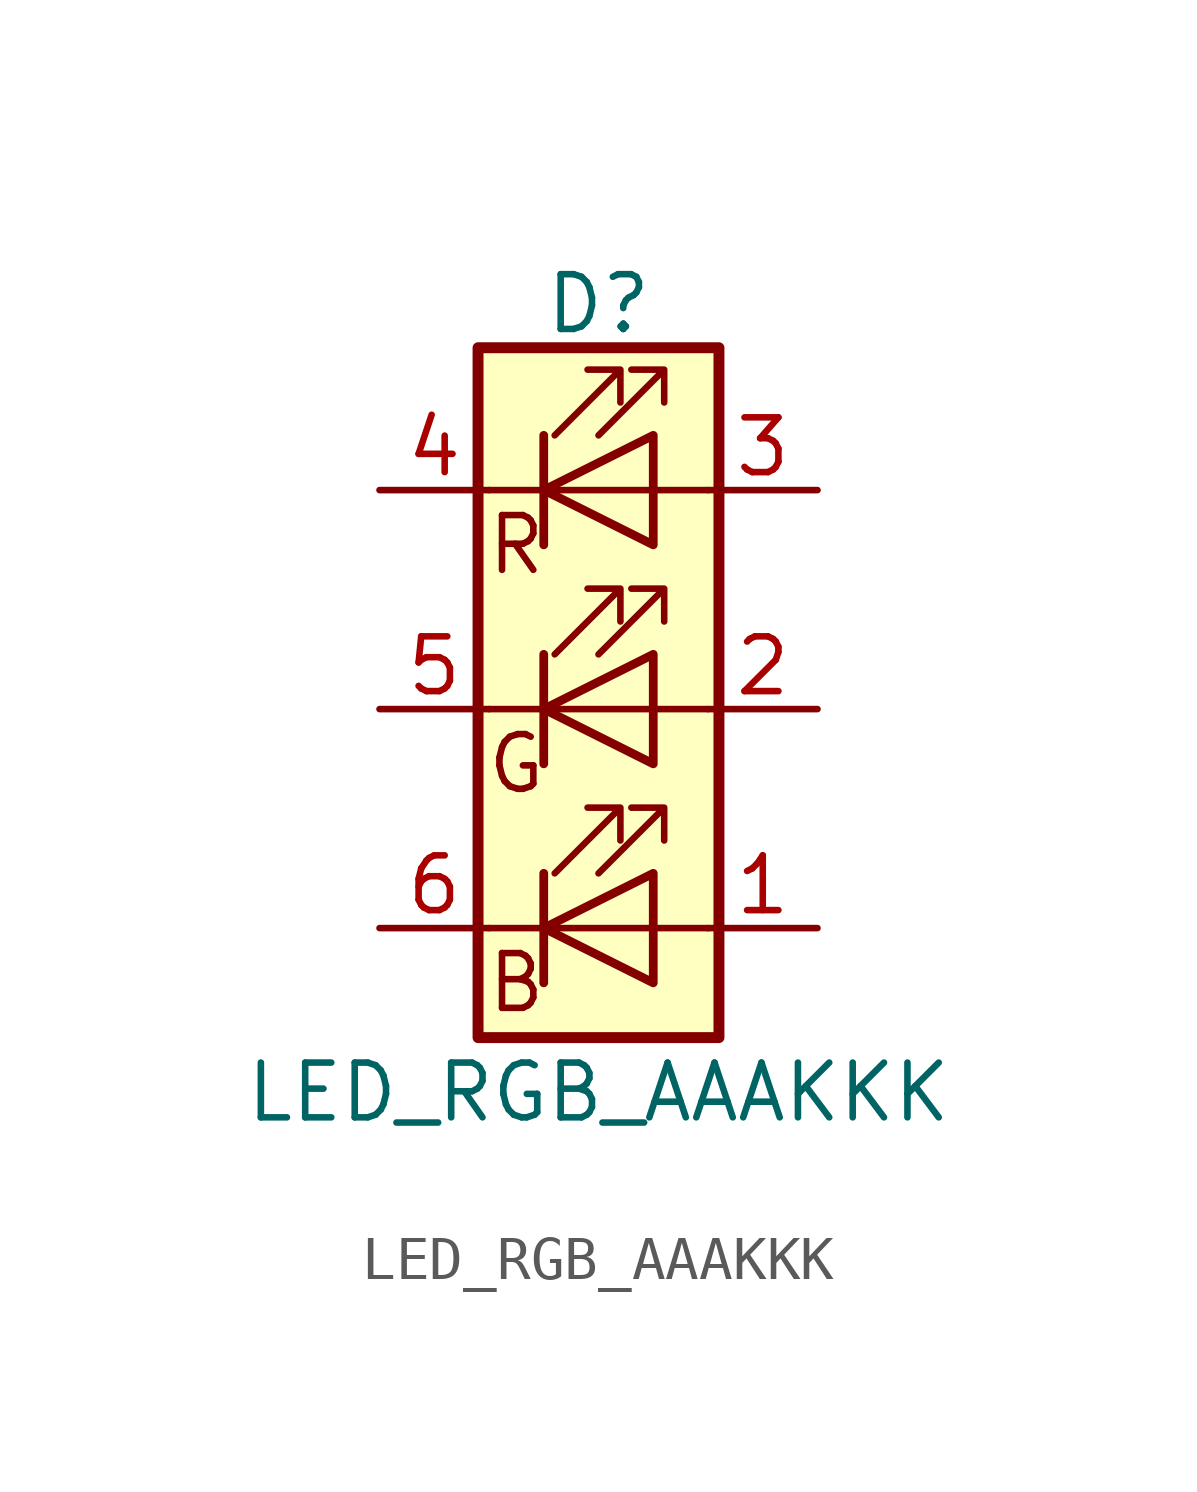
<source format=kicad_sym>
(kicad_symbol_lib
  (version 20220914)
  (generator kicad_symbol_editor)
  (symbol "LED_RGB_AAAKKK"
    (pin_names
      (offset 0) hide)
    (property "Reference" "D"
      (at 0 9.398 0)
      (effects (font (size 1.27 1.27))))
    (property "Value" "LED_RGB_AAAKKK"
      (at 0 -8.89 0)
      (effects (font (size 1.27 1.27))))
    (symbol "LED_RGB_AAAKKK_0_0"
      (text "B" (at -1.905 -6.35 0) (effects (font (size 1.27 1.27))))
      (text "G" (at -1.905 -1.27 0) (effects (font (size 1.27 1.27))))
      (text "R" (at -1.905 3.81 0) (effects (font (size 1.27 1.27)))))
    (symbol "LED_RGB_AAAKKK_0_1"
      (polyline (pts (xy -1.27 -5.08) (xy -2.54 -5.08)) (stroke (width 0) (type solid)) (fill (type none)))
      (polyline (pts (xy -1.27 -5.08) (xy 1.27 -5.08)) (stroke (width 0) (type solid)) (fill (type none)))
      (polyline (pts (xy -1.27 -3.81) (xy -1.27 -6.35)) (stroke (width 0) (type solid)) (fill (type none)))
      (polyline (pts (xy -1.27 -3.81) (xy -1.27 -6.35)) (stroke (width 0.203) (type solid)) (fill (type none)))
      (polyline (pts (xy -1.27 0) (xy -2.54 0)) (stroke (width 0) (type solid)) (fill (type none)))
      (polyline (pts (xy -1.27 1.27) (xy -1.27 -1.27)) (stroke (width 0.203) (type solid)) (fill (type none)))
      (polyline (pts (xy -1.27 5.08) (xy -2.54 5.08)) (stroke (width 0) (type solid)) (fill (type none)))
      (polyline (pts (xy -1.27 5.08) (xy 1.27 5.08)) (stroke (width 0) (type solid)) (fill (type none)))
      (polyline (pts (xy -1.27 6.35) (xy -1.27 3.81)) (stroke (width 0.203) (type solid)) (fill (type none)))
      (polyline (pts (xy 1.27 -5.08) (xy 2.54 -5.08)) (stroke (width 0) (type solid)) (fill (type none)))
      (polyline (pts (xy 1.27 0) (xy -1.27 0)) (stroke (width 0) (type solid)) (fill (type none)))
      (polyline (pts (xy 1.27 0) (xy 2.54 0)) (stroke (width 0) (type solid)) (fill (type none)))
      (polyline (pts (xy 1.27 5.08) (xy 2.54 5.08)) (stroke (width 0) (type solid)) (fill (type none)))
      (polyline (pts (xy -1.27 1.27) (xy -1.27 -1.27) (xy -1.27 -1.27)) (stroke (width 0) (type solid)) (fill (type none)))
      (polyline (pts (xy -1.27 6.35) (xy -1.27 3.81) (xy -1.27 3.81)) (stroke (width 0) (type solid)) (fill (type none)))
      (polyline (pts (xy 1.27 -3.81) (xy 1.27 -6.35) (xy -1.27 -5.08) (xy 1.27 -3.81)) (stroke (width 0.203) (type solid)) (fill (type none)))
      (polyline (pts (xy 1.27 1.27) (xy 1.27 -1.27) (xy -1.27 0) (xy 1.27 1.27)) (stroke (width 0.203) (type solid)) (fill (type none)))
      (polyline (pts (xy 1.27 6.35) (xy 1.27 3.81) (xy -1.27 5.08) (xy 1.27 6.35)) (stroke (width 0.203) (type solid)) (fill (type none)))
      (polyline (pts (xy -1.016 -3.81) (xy 0.508 -2.286) (xy -0.254 -2.286) (xy 0.508 -2.286) (xy 0.508 -3.048)) (stroke (width 0) (type solid)) (fill (type none)))
      (polyline (pts (xy -1.016 1.27) (xy 0.508 2.794) (xy -0.254 2.794) (xy 0.508 2.794) (xy 0.508 2.032)) (stroke (width 0) (type solid)) (fill (type none)))
      (polyline (pts (xy -1.016 6.35) (xy 0.508 7.874) (xy -0.254 7.874) (xy 0.508 7.874) (xy 0.508 7.112)) (stroke (width 0) (type solid)) (fill (type none)))
      (polyline (pts (xy 0 -3.81) (xy 1.524 -2.286) (xy 0.762 -2.286) (xy 1.524 -2.286) (xy 1.524 -3.048)) (stroke (width 0) (type solid)) (fill (type none)))
      (polyline (pts (xy 0 1.27) (xy 1.524 2.794) (xy 0.762 2.794) (xy 1.524 2.794) (xy 1.524 2.032)) (stroke (width 0) (type solid)) (fill (type none)))
      (polyline (pts (xy 0 6.35) (xy 1.524 7.874) (xy 0.762 7.874) (xy 1.524 7.874) (xy 1.524 7.112)) (stroke (width 0) (type solid)) (fill (type none)))
      (rectangle (start 1.27 -1.27) (end 1.27 1.27) (stroke (width 0) (type solid)) (fill (type none)))
      (rectangle (start 1.27 1.27) (end 1.27 1.27) (stroke (width 0) (type solid)) (fill (type none)))
      (rectangle (start 1.27 3.81) (end 1.27 6.35) (stroke (width 0) (type solid)) (fill (type none)))
      (rectangle (start 1.27 6.35) (end 1.27 6.35) (stroke (width 0) (type solid)) (fill (type none)))
      (rectangle (start 2.794 8.382) (end -2.794 -7.62) (stroke (width 0.254) (type solid)) (fill (type background))))
    (symbol "LED_RGB_AAAKKK_1_1"
      (pin passive line (at 5.08 -5.08 180) (length 2.54) (name "BA" (effects (font (size 1.27 1.27)))) (number "1" (effects (font (size 1.27 1.27)))))
      (pin passive line (at 5.08 0 180) (length 2.54) (name "GA" (effects (font (size 1.27 1.27)))) (number "2" (effects (font (size 1.27 1.27)))))
      (pin passive line (at 5.08 5.08 180) (length 2.54) (name "RA" (effects (font (size 1.27 1.27)))) (number "3" (effects (font (size 1.27 1.27)))))
      (pin passive line (at -5.08 5.08 0) (length 2.54) (name "RK" (effects (font (size 1.27 1.27)))) (number "4" (effects (font (size 1.27 1.27)))))
      (pin passive line (at -5.08 0 0) (length 2.54) (name "GK" (effects (font (size 1.27 1.27)))) (number "5" (effects (font (size 1.27 1.27)))))
      (pin passive line (at -5.08 -5.08 0) (length 2.54) (name "BK" (effects (font (size 1.27 1.27)))) (number "6" (effects (font (size 1.27 1.27))))))))
</source>
